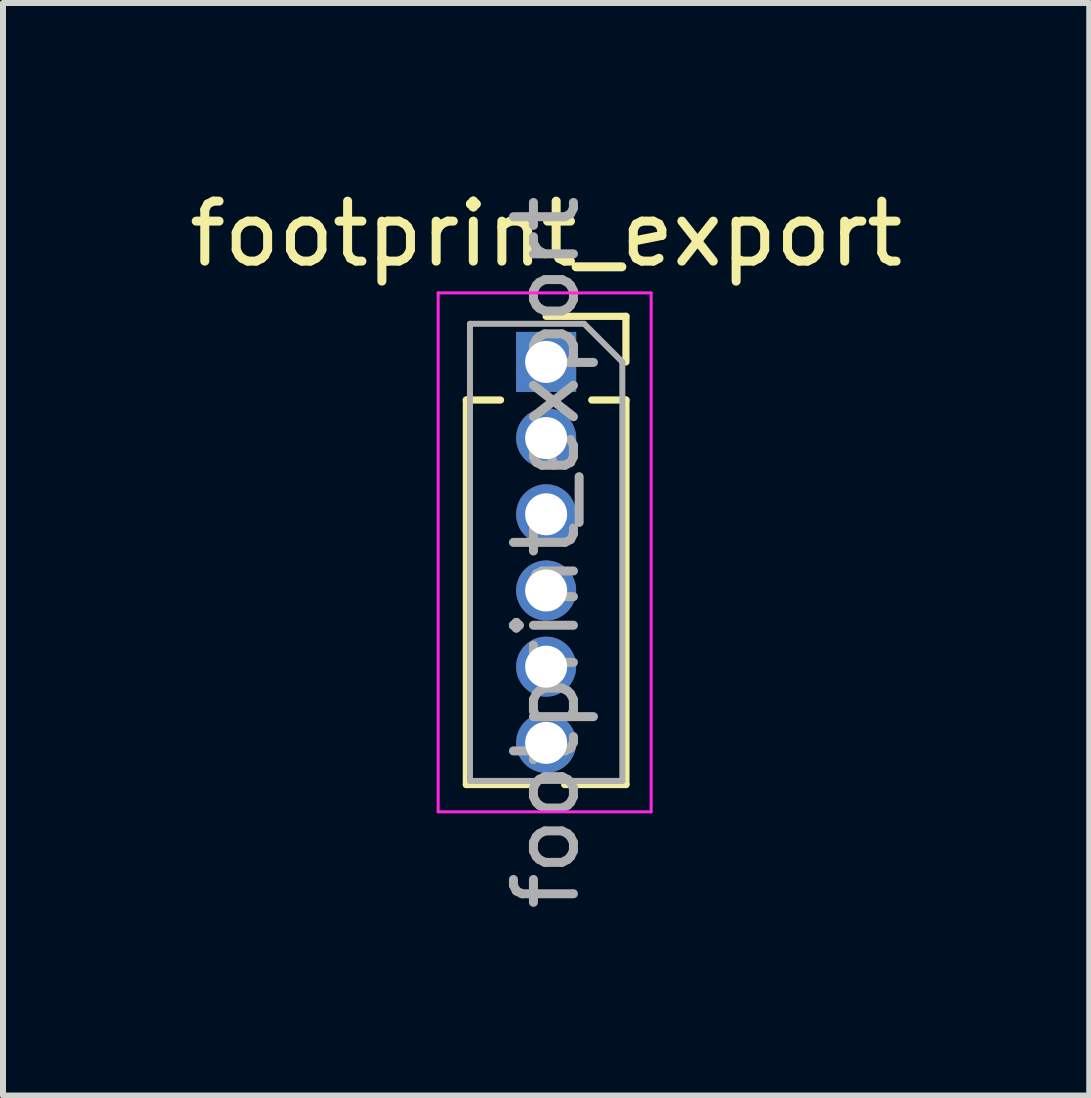
<source format=kicad_pcb>
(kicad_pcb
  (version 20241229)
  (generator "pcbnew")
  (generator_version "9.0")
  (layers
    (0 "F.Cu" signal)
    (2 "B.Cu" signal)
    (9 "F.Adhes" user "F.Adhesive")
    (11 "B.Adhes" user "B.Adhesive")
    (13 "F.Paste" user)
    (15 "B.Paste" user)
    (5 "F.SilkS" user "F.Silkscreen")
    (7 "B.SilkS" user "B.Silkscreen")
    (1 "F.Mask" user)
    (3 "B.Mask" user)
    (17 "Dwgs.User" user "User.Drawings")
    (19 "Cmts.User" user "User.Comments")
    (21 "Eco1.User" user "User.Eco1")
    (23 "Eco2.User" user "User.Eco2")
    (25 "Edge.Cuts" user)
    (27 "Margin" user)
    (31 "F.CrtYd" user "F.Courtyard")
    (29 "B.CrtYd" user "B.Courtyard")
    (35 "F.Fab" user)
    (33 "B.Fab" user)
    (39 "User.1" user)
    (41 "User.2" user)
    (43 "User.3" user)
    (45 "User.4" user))
  (footprint "footprint_export"
    (layer "F.Cu")
    (at 6.054 2.983)
    (property "Reference" "footprint_export" (at 0 -2.135 0) (layer "F.SilkS") (effects (font (size 1 1) (thickness 0.15))))
    (attr through_hole)
    (fp_line (start -1.33 0.635) (end -1.33 7.045) (stroke (width 0.12) (type solid)) (layer "F.SilkS"))
    (fp_line (start -1.33 0.635) (end -0.76 0.635) (stroke (width 0.12) (type solid)) (layer "F.SilkS"))
    (fp_line (start -1.33 7.045) (end -0.308 7.045) (stroke (width 0.12) (type solid)) (layer "F.SilkS"))
    (fp_line (start 0 -0.76) (end 1.33 -0.76) (stroke (width 0.12) (type solid)) (layer "F.SilkS"))
    (fp_line (start 0.308 7.045) (end 1.33 7.045) (stroke (width 0.12) (type solid)) (layer "F.SilkS"))
    (fp_line (start 0.76 0.635) (end 1.33 0.635) (stroke (width 0.12) (type solid)) (layer "F.SilkS"))
    (fp_line (start 1.33 -0.76) (end 1.33 0) (stroke (width 0.12) (type solid)) (layer "F.SilkS"))
    (fp_line (start 1.33 0.635) (end 1.33 7.045) (stroke (width 0.12) (type solid)) (layer "F.SilkS"))
    (fp_line (start -1.8 -1.15) (end 1.75 -1.15) (stroke (width 0.05) (type solid)) (layer "F.CrtYd"))
    (fp_line (start -1.8 7.5) (end -1.8 -1.15) (stroke (width 0.05) (type solid)) (layer "F.CrtYd"))
    (fp_line (start 1.75 -1.15) (end 1.75 7.5) (stroke (width 0.05) (type solid)) (layer "F.CrtYd"))
    (fp_line (start 1.75 7.5) (end -1.8 7.5) (stroke (width 0.05) (type solid)) (layer "F.CrtYd"))
    (fp_line (start -1.27 -0.635) (end 0.635 -0.635) (stroke (width 0.1) (type solid)) (layer "F.Fab"))
    (fp_line (start -1.27 6.985) (end -1.27 -0.635) (stroke (width 0.1) (type solid)) (layer "F.Fab"))
    (fp_line (start 0.635 -0.635) (end 1.27 0) (stroke (width 0.1) (type solid)) (layer "F.Fab"))
    (fp_line (start 1.27 0) (end 1.27 6.985) (stroke (width 0.1) (type solid)) (layer "F.Fab"))
    (fp_line (start 1.27 6.985) (end -1.27 6.985) (stroke (width 0.1) (type solid)) (layer "F.Fab"))
    (fp_text user "${REFERENCE}" (at 0 3.175 90) (layer "F.Fab") (effects (font (size 1 1) (thickness 0.15))))
    (pad "1" thru_hole rect (at 0 0) (size 1 1) (drill 0.7) (layers "*.Cu" "*.Mask"))
    (pad "2" thru_hole oval (at 0 1.27) (size 1 1) (drill 0.7) (layers "*.Cu" "*.Mask"))
    (pad "3" thru_hole oval (at 0 2.54) (size 1 1) (drill 0.7) (layers "*.Cu" "*.Mask"))
    (pad "4" thru_hole oval (at 0 3.81) (size 1 1) (drill 0.7) (layers "*.Cu" "*.Mask"))
    (pad "5" thru_hole oval (at 0 5.08) (size 1 1) (drill 0.7) (layers "*.Cu" "*.Mask"))
    (pad "6" thru_hole oval (at 0 6.35) (size 1 1) (drill 0.7) (layers "*.Cu" "*.Mask")))
  (gr_rect
    (start -3 -3)
    (end 15.107 15.212)
    (stroke (width 0.1) (type default))
    (fill no)
    (layer "Edge.Cuts")))
</source>
